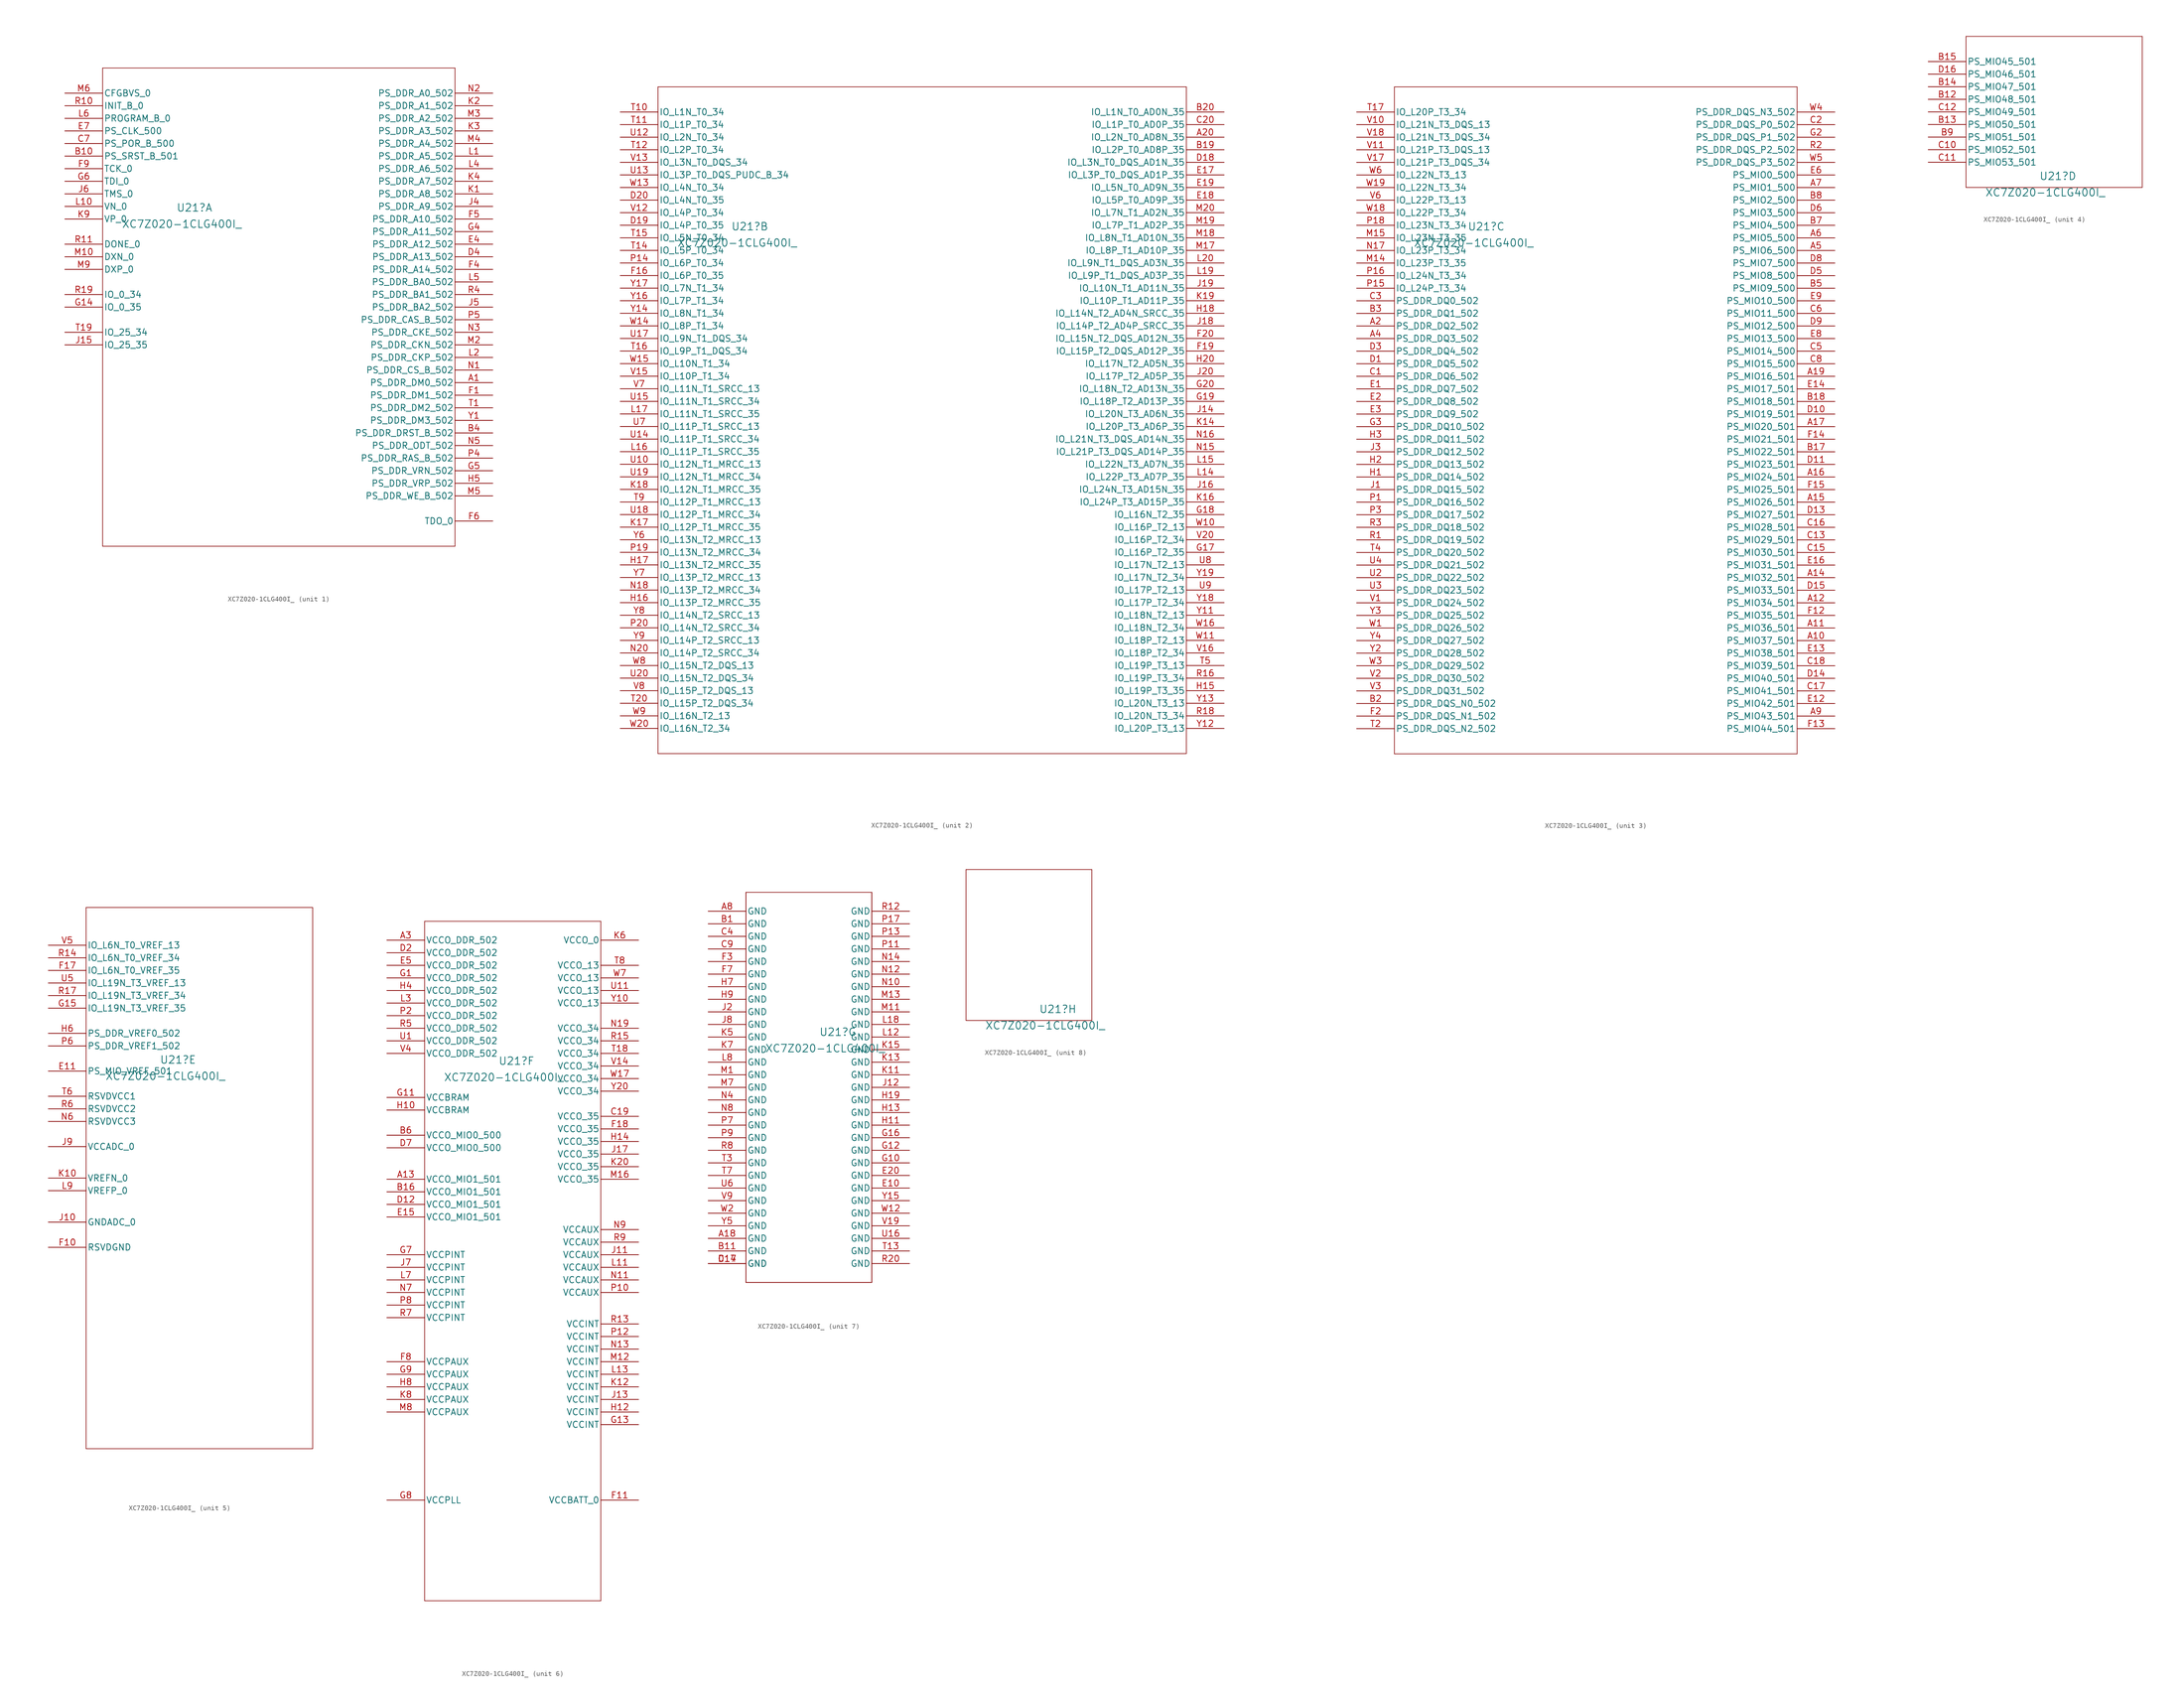
<source format=kicad_sym>
(kicad_symbol_lib
  (version 20231120)
  (generator "kicad_symbol_editor")
  (generator_version "8.0")
  (symbol "XC7Z020-1CLG400I_"
    (pin_names
      (offset 0.254))
    (property "Reference" "U21"
      (at 26.162 -23.114 0)
      (effects (font (size 1.524 1.524))))
    (property "Value" "XC7Z020-1CLG400I_"
      (at 23.622 -26.416 0)
      (effects (font (size 1.524 1.524))))
    (property "ki_locked" ""
      (at 0 0 0)
      (effects (font (size 1.27 1.27))))
    (symbol "XC7Z020-1CLG400I__1_1"
      (polyline (pts (xy 7.62 -91.44) (xy 78.74 -91.44)) (stroke (width 0.127) (type default)) (fill (type none)))
      (polyline (pts (xy 7.62 5.08) (xy 7.62 -91.44)) (stroke (width 0.127) (type default)) (fill (type none)))
      (polyline (pts (xy 78.74 -91.44) (xy 78.74 5.08)) (stroke (width 0.127) (type default)) (fill (type none)))
      (polyline (pts (xy 78.74 5.08) (xy 7.62 5.08)) (stroke (width 0.127) (type default)) (fill (type none)))
      (pin output line (at 86.36 -58.42 180) (length 7.62) (name "PS_DDR_DM0_502" (effects (font (size 1.27 1.27)))) (number "A1" (effects (font (size 1.27 1.27)))))
      (pin input line (at 0 -12.7 0) (length 7.62) (name "PS_SRST_B_501" (effects (font (size 1.27 1.27)))) (number "B10" (effects (font (size 1.27 1.27)))))
      (pin output line (at 86.36 -68.58 180) (length 7.62) (name "PS_DDR_DRST_B_502" (effects (font (size 1.27 1.27)))) (number "B4" (effects (font (size 1.27 1.27)))))
      (pin input line (at 0 -10.16 0) (length 7.62) (name "PS_POR_B_500" (effects (font (size 1.27 1.27)))) (number "C7" (effects (font (size 1.27 1.27)))))
      (pin output line (at 86.36 -33.02 180) (length 7.62) (name "PS_DDR_A13_502" (effects (font (size 1.27 1.27)))) (number "D4" (effects (font (size 1.27 1.27)))))
      (pin output line (at 86.36 -30.48 180) (length 7.62) (name "PS_DDR_A12_502" (effects (font (size 1.27 1.27)))) (number "E4" (effects (font (size 1.27 1.27)))))
      (pin input line (at 0 -7.62 0) (length 7.62) (name "PS_CLK_500" (effects (font (size 1.27 1.27)))) (number "E7" (effects (font (size 1.27 1.27)))))
      (pin output line (at 86.36 -60.96 180) (length 7.62) (name "PS_DDR_DM1_502" (effects (font (size 1.27 1.27)))) (number "F1" (effects (font (size 1.27 1.27)))))
      (pin output line (at 86.36 -35.56 180) (length 7.62) (name "PS_DDR_A14_502" (effects (font (size 1.27 1.27)))) (number "F4" (effects (font (size 1.27 1.27)))))
      (pin output line (at 86.36 -25.4 180) (length 7.62) (name "PS_DDR_A10_502" (effects (font (size 1.27 1.27)))) (number "F5" (effects (font (size 1.27 1.27)))))
      (pin output line (at 86.36 -86.36 180) (length 7.62) (name "TDO_0" (effects (font (size 1.27 1.27)))) (number "F6" (effects (font (size 1.27 1.27)))))
      (pin input line (at 0 -15.24 0) (length 7.62) (name "TCK_0" (effects (font (size 1.27 1.27)))) (number "F9" (effects (font (size 1.27 1.27)))))
      (pin bidirectional line (at 0 -43.18 0) (length 7.62) (name "IO_0_35" (effects (font (size 1.27 1.27)))) (number "G14" (effects (font (size 1.27 1.27)))))
      (pin output line (at 86.36 -27.94 180) (length 7.62) (name "PS_DDR_A11_502" (effects (font (size 1.27 1.27)))) (number "G4" (effects (font (size 1.27 1.27)))))
      (pin output line (at 86.36 -76.2 180) (length 7.62) (name "PS_DDR_VRN_502" (effects (font (size 1.27 1.27)))) (number "G5" (effects (font (size 1.27 1.27)))))
      (pin input line (at 0 -17.78 0) (length 7.62) (name "TDI_0" (effects (font (size 1.27 1.27)))) (number "G6" (effects (font (size 1.27 1.27)))))
      (pin output line (at 86.36 -78.74 180) (length 7.62) (name "PS_DDR_VRP_502" (effects (font (size 1.27 1.27)))) (number "H5" (effects (font (size 1.27 1.27)))))
      (pin bidirectional line (at 0 -50.8 0) (length 7.62) (name "IO_25_35" (effects (font (size 1.27 1.27)))) (number "J15" (effects (font (size 1.27 1.27)))))
      (pin output line (at 86.36 -22.86 180) (length 7.62) (name "PS_DDR_A9_502" (effects (font (size 1.27 1.27)))) (number "J4" (effects (font (size 1.27 1.27)))))
      (pin output line (at 86.36 -43.18 180) (length 7.62) (name "PS_DDR_BA2_502" (effects (font (size 1.27 1.27)))) (number "J5" (effects (font (size 1.27 1.27)))))
      (pin input line (at 0 -20.32 0) (length 7.62) (name "TMS_0" (effects (font (size 1.27 1.27)))) (number "J6" (effects (font (size 1.27 1.27)))))
      (pin output line (at 86.36 -20.32 180) (length 7.62) (name "PS_DDR_A8_502" (effects (font (size 1.27 1.27)))) (number "K1" (effects (font (size 1.27 1.27)))))
      (pin output line (at 86.36 -2.54 180) (length 7.62) (name "PS_DDR_A1_502" (effects (font (size 1.27 1.27)))) (number "K2" (effects (font (size 1.27 1.27)))))
      (pin output line (at 86.36 -7.62 180) (length 7.62) (name "PS_DDR_A3_502" (effects (font (size 1.27 1.27)))) (number "K3" (effects (font (size 1.27 1.27)))))
      (pin output line (at 86.36 -17.78 180) (length 7.62) (name "PS_DDR_A7_502" (effects (font (size 1.27 1.27)))) (number "K4" (effects (font (size 1.27 1.27)))))
      (pin input line (at 0 -25.4 0) (length 7.62) (name "VP_0" (effects (font (size 1.27 1.27)))) (number "K9" (effects (font (size 1.27 1.27)))))
      (pin output line (at 86.36 -12.7 180) (length 7.62) (name "PS_DDR_A5_502" (effects (font (size 1.27 1.27)))) (number "L1" (effects (font (size 1.27 1.27)))))
      (pin input line (at 0 -22.86 0) (length 7.62) (name "VN_0" (effects (font (size 1.27 1.27)))) (number "L10" (effects (font (size 1.27 1.27)))))
      (pin output line (at 86.36 -53.34 180) (length 7.62) (name "PS_DDR_CKP_502" (effects (font (size 1.27 1.27)))) (number "L2" (effects (font (size 1.27 1.27)))))
      (pin output line (at 86.36 -15.24 180) (length 7.62) (name "PS_DDR_A6_502" (effects (font (size 1.27 1.27)))) (number "L4" (effects (font (size 1.27 1.27)))))
      (pin output line (at 86.36 -38.1 180) (length 7.62) (name "PS_DDR_BA0_502" (effects (font (size 1.27 1.27)))) (number "L5" (effects (font (size 1.27 1.27)))))
      (pin input line (at 0 -5.08 0) (length 7.62) (name "PROGRAM_B_0" (effects (font (size 1.27 1.27)))) (number "L6" (effects (font (size 1.27 1.27)))))
      (pin unspecified line (at 0 -33.02 0) (length 7.62) (name "DXN_0" (effects (font (size 1.27 1.27)))) (number "M10" (effects (font (size 1.27 1.27)))))
      (pin output line (at 86.36 -50.8 180) (length 7.62) (name "PS_DDR_CKN_502" (effects (font (size 1.27 1.27)))) (number "M2" (effects (font (size 1.27 1.27)))))
      (pin output line (at 86.36 -5.08 180) (length 7.62) (name "PS_DDR_A2_502" (effects (font (size 1.27 1.27)))) (number "M3" (effects (font (size 1.27 1.27)))))
      (pin output line (at 86.36 -10.16 180) (length 7.62) (name "PS_DDR_A4_502" (effects (font (size 1.27 1.27)))) (number "M4" (effects (font (size 1.27 1.27)))))
      (pin output line (at 86.36 -81.28 180) (length 7.62) (name "PS_DDR_WE_B_502" (effects (font (size 1.27 1.27)))) (number "M5" (effects (font (size 1.27 1.27)))))
      (pin input line (at 0 0 0) (length 7.62) (name "CFGBVS_0" (effects (font (size 1.27 1.27)))) (number "M6" (effects (font (size 1.27 1.27)))))
      (pin unspecified line (at 0 -35.56 0) (length 7.62) (name "DXP_0" (effects (font (size 1.27 1.27)))) (number "M9" (effects (font (size 1.27 1.27)))))
      (pin output line (at 86.36 -55.88 180) (length 7.62) (name "PS_DDR_CS_B_502" (effects (font (size 1.27 1.27)))) (number "N1" (effects (font (size 1.27 1.27)))))
      (pin output line (at 86.36 0 180) (length 7.62) (name "PS_DDR_A0_502" (effects (font (size 1.27 1.27)))) (number "N2" (effects (font (size 1.27 1.27)))))
      (pin output line (at 86.36 -48.26 180) (length 7.62) (name "PS_DDR_CKE_502" (effects (font (size 1.27 1.27)))) (number "N3" (effects (font (size 1.27 1.27)))))
      (pin output line (at 86.36 -71.12 180) (length 7.62) (name "PS_DDR_ODT_502" (effects (font (size 1.27 1.27)))) (number "N5" (effects (font (size 1.27 1.27)))))
      (pin output line (at 86.36 -73.66 180) (length 7.62) (name "PS_DDR_RAS_B_502" (effects (font (size 1.27 1.27)))) (number "P4" (effects (font (size 1.27 1.27)))))
      (pin output line (at 86.36 -45.72 180) (length 7.62) (name "PS_DDR_CAS_B_502" (effects (font (size 1.27 1.27)))) (number "P5" (effects (font (size 1.27 1.27)))))
      (pin bidirectional line (at 0 -2.54 0) (length 7.62) (name "INIT_B_0" (effects (font (size 1.27 1.27)))) (number "R10" (effects (font (size 1.27 1.27)))))
      (pin bidirectional line (at 0 -30.48 0) (length 7.62) (name "DONE_0" (effects (font (size 1.27 1.27)))) (number "R11" (effects (font (size 1.27 1.27)))))
      (pin bidirectional line (at 0 -40.64 0) (length 7.62) (name "IO_0_34" (effects (font (size 1.27 1.27)))) (number "R19" (effects (font (size 1.27 1.27)))))
      (pin output line (at 86.36 -40.64 180) (length 7.62) (name "PS_DDR_BA1_502" (effects (font (size 1.27 1.27)))) (number "R4" (effects (font (size 1.27 1.27)))))
      (pin output line (at 86.36 -63.5 180) (length 7.62) (name "PS_DDR_DM2_502" (effects (font (size 1.27 1.27)))) (number "T1" (effects (font (size 1.27 1.27)))))
      (pin bidirectional line (at 0 -48.26 0) (length 7.62) (name "IO_25_34" (effects (font (size 1.27 1.27)))) (number "T19" (effects (font (size 1.27 1.27)))))
      (pin output line (at 86.36 -66.04 180) (length 7.62) (name "PS_DDR_DM3_502" (effects (font (size 1.27 1.27)))) (number "Y1" (effects (font (size 1.27 1.27))))))
    (symbol "XC7Z020-1CLG400I__2_1"
      (polyline (pts (xy 7.62 -129.54) (xy 114.3 -129.54)) (stroke (width 0.127) (type default)) (fill (type none)))
      (polyline (pts (xy 7.62 5.08) (xy 7.62 -129.54)) (stroke (width 0.127) (type default)) (fill (type none)))
      (polyline (pts (xy 114.3 -129.54) (xy 114.3 5.08)) (stroke (width 0.127) (type default)) (fill (type none)))
      (polyline (pts (xy 114.3 5.08) (xy 7.62 5.08)) (stroke (width 0.127) (type default)) (fill (type none)))
      (pin bidirectional line (at 121.92 -5.08 180) (length 7.62) (name "IO_L2N_T0_AD8N_35" (effects (font (size 1.27 1.27)))) (number "A20" (effects (font (size 1.27 1.27)))))
      (pin bidirectional line (at 121.92 -7.62 180) (length 7.62) (name "IO_L2P_T0_AD8P_35" (effects (font (size 1.27 1.27)))) (number "B19" (effects (font (size 1.27 1.27)))))
      (pin bidirectional line (at 121.92 0 180) (length 7.62) (name "IO_L1N_T0_AD0N_35" (effects (font (size 1.27 1.27)))) (number "B20" (effects (font (size 1.27 1.27)))))
      (pin bidirectional line (at 121.92 -2.54 180) (length 7.62) (name "IO_L1P_T0_AD0P_35" (effects (font (size 1.27 1.27)))) (number "C20" (effects (font (size 1.27 1.27)))))
      (pin bidirectional line (at 121.92 -10.16 180) (length 7.62) (name "IO_L3N_T0_DQS_AD1N_35" (effects (font (size 1.27 1.27)))) (number "D18" (effects (font (size 1.27 1.27)))))
      (pin bidirectional line (at 0 -22.86 0) (length 7.62) (name "IO_L4P_T0_35" (effects (font (size 1.27 1.27)))) (number "D19" (effects (font (size 1.27 1.27)))))
      (pin bidirectional line (at 0 -17.78 0) (length 7.62) (name "IO_L4N_T0_35" (effects (font (size 1.27 1.27)))) (number "D20" (effects (font (size 1.27 1.27)))))
      (pin bidirectional line (at 121.92 -12.7 180) (length 7.62) (name "IO_L3P_T0_DQS_AD1P_35" (effects (font (size 1.27 1.27)))) (number "E17" (effects (font (size 1.27 1.27)))))
      (pin bidirectional line (at 121.92 -17.78 180) (length 7.62) (name "IO_L5P_T0_AD9P_35" (effects (font (size 1.27 1.27)))) (number "E18" (effects (font (size 1.27 1.27)))))
      (pin bidirectional line (at 121.92 -15.24 180) (length 7.62) (name "IO_L5N_T0_AD9N_35" (effects (font (size 1.27 1.27)))) (number "E19" (effects (font (size 1.27 1.27)))))
      (pin bidirectional line (at 0 -33.02 0) (length 7.62) (name "IO_L6P_T0_35" (effects (font (size 1.27 1.27)))) (number "F16" (effects (font (size 1.27 1.27)))))
      (pin bidirectional line (at 121.92 -48.26 180) (length 7.62) (name "IO_L15P_T2_DQS_AD12P_35" (effects (font (size 1.27 1.27)))) (number "F19" (effects (font (size 1.27 1.27)))))
      (pin bidirectional line (at 121.92 -45.72 180) (length 7.62) (name "IO_L15N_T2_DQS_AD12N_35" (effects (font (size 1.27 1.27)))) (number "F20" (effects (font (size 1.27 1.27)))))
      (pin bidirectional line (at 121.92 -88.9 180) (length 7.62) (name "IO_L16P_T2_35" (effects (font (size 1.27 1.27)))) (number "G17" (effects (font (size 1.27 1.27)))))
      (pin bidirectional line (at 121.92 -81.28 180) (length 7.62) (name "IO_L16N_T2_35" (effects (font (size 1.27 1.27)))) (number "G18" (effects (font (size 1.27 1.27)))))
      (pin bidirectional line (at 121.92 -58.42 180) (length 7.62) (name "IO_L18P_T2_AD13P_35" (effects (font (size 1.27 1.27)))) (number "G19" (effects (font (size 1.27 1.27)))))
      (pin bidirectional line (at 121.92 -55.88 180) (length 7.62) (name "IO_L18N_T2_AD13N_35" (effects (font (size 1.27 1.27)))) (number "G20" (effects (font (size 1.27 1.27)))))
      (pin bidirectional line (at 121.92 -116.84 180) (length 7.62) (name "IO_L19P_T3_35" (effects (font (size 1.27 1.27)))) (number "H15" (effects (font (size 1.27 1.27)))))
      (pin bidirectional line (at 0 -99.06 0) (length 7.62) (name "IO_L13P_T2_MRCC_35" (effects (font (size 1.27 1.27)))) (number "H16" (effects (font (size 1.27 1.27)))))
      (pin bidirectional line (at 0 -91.44 0) (length 7.62) (name "IO_L13N_T2_MRCC_35" (effects (font (size 1.27 1.27)))) (number "H17" (effects (font (size 1.27 1.27)))))
      (pin bidirectional line (at 121.92 -40.64 180) (length 7.62) (name "IO_L14N_T2_AD4N_SRCC_35" (effects (font (size 1.27 1.27)))) (number "H18" (effects (font (size 1.27 1.27)))))
      (pin bidirectional line (at 121.92 -50.8 180) (length 7.62) (name "IO_L17N_T2_AD5N_35" (effects (font (size 1.27 1.27)))) (number "H20" (effects (font (size 1.27 1.27)))))
      (pin bidirectional line (at 121.92 -60.96 180) (length 7.62) (name "IO_L20N_T3_AD6N_35" (effects (font (size 1.27 1.27)))) (number "J14" (effects (font (size 1.27 1.27)))))
      (pin bidirectional line (at 121.92 -76.2 180) (length 7.62) (name "IO_L24N_T3_AD15N_35" (effects (font (size 1.27 1.27)))) (number "J16" (effects (font (size 1.27 1.27)))))
      (pin bidirectional line (at 121.92 -43.18 180) (length 7.62) (name "IO_L14P_T2_AD4P_SRCC_35" (effects (font (size 1.27 1.27)))) (number "J18" (effects (font (size 1.27 1.27)))))
      (pin bidirectional line (at 121.92 -35.56 180) (length 7.62) (name "IO_L10N_T1_AD11N_35" (effects (font (size 1.27 1.27)))) (number "J19" (effects (font (size 1.27 1.27)))))
      (pin bidirectional line (at 121.92 -53.34 180) (length 7.62) (name "IO_L17P_T2_AD5P_35" (effects (font (size 1.27 1.27)))) (number "J20" (effects (font (size 1.27 1.27)))))
      (pin bidirectional line (at 121.92 -63.5 180) (length 7.62) (name "IO_L20P_T3_AD6P_35" (effects (font (size 1.27 1.27)))) (number "K14" (effects (font (size 1.27 1.27)))))
      (pin bidirectional line (at 121.92 -78.74 180) (length 7.62) (name "IO_L24P_T3_AD15P_35" (effects (font (size 1.27 1.27)))) (number "K16" (effects (font (size 1.27 1.27)))))
      (pin bidirectional line (at 0 -83.82 0) (length 7.62) (name "IO_L12P_T1_MRCC_35" (effects (font (size 1.27 1.27)))) (number "K17" (effects (font (size 1.27 1.27)))))
      (pin bidirectional line (at 0 -76.2 0) (length 7.62) (name "IO_L12N_T1_MRCC_35" (effects (font (size 1.27 1.27)))) (number "K18" (effects (font (size 1.27 1.27)))))
      (pin bidirectional line (at 121.92 -38.1 180) (length 7.62) (name "IO_L10P_T1_AD11P_35" (effects (font (size 1.27 1.27)))) (number "K19" (effects (font (size 1.27 1.27)))))
      (pin bidirectional line (at 121.92 -73.66 180) (length 7.62) (name "IO_L22P_T3_AD7P_35" (effects (font (size 1.27 1.27)))) (number "L14" (effects (font (size 1.27 1.27)))))
      (pin bidirectional line (at 121.92 -71.12 180) (length 7.62) (name "IO_L22N_T3_AD7N_35" (effects (font (size 1.27 1.27)))) (number "L15" (effects (font (size 1.27 1.27)))))
      (pin bidirectional line (at 0 -68.58 0) (length 7.62) (name "IO_L11P_T1_SRCC_35" (effects (font (size 1.27 1.27)))) (number "L16" (effects (font (size 1.27 1.27)))))
      (pin bidirectional line (at 0 -60.96 0) (length 7.62) (name "IO_L11N_T1_SRCC_35" (effects (font (size 1.27 1.27)))) (number "L17" (effects (font (size 1.27 1.27)))))
      (pin bidirectional line (at 121.92 -33.02 180) (length 7.62) (name "IO_L9P_T1_DQS_AD3P_35" (effects (font (size 1.27 1.27)))) (number "L19" (effects (font (size 1.27 1.27)))))
      (pin bidirectional line (at 121.92 -30.48 180) (length 7.62) (name "IO_L9N_T1_DQS_AD3N_35" (effects (font (size 1.27 1.27)))) (number "L20" (effects (font (size 1.27 1.27)))))
      (pin bidirectional line (at 121.92 -27.94 180) (length 7.62) (name "IO_L8P_T1_AD10P_35" (effects (font (size 1.27 1.27)))) (number "M17" (effects (font (size 1.27 1.27)))))
      (pin bidirectional line (at 121.92 -25.4 180) (length 7.62) (name "IO_L8N_T1_AD10N_35" (effects (font (size 1.27 1.27)))) (number "M18" (effects (font (size 1.27 1.27)))))
      (pin bidirectional line (at 121.92 -22.86 180) (length 7.62) (name "IO_L7P_T1_AD2P_35" (effects (font (size 1.27 1.27)))) (number "M19" (effects (font (size 1.27 1.27)))))
      (pin bidirectional line (at 121.92 -20.32 180) (length 7.62) (name "IO_L7N_T1_AD2N_35" (effects (font (size 1.27 1.27)))) (number "M20" (effects (font (size 1.27 1.27)))))
      (pin bidirectional line (at 121.92 -68.58 180) (length 7.62) (name "IO_L21P_T3_DQS_AD14P_35" (effects (font (size 1.27 1.27)))) (number "N15" (effects (font (size 1.27 1.27)))))
      (pin bidirectional line (at 121.92 -66.04 180) (length 7.62) (name "IO_L21N_T3_DQS_AD14N_35" (effects (font (size 1.27 1.27)))) (number "N16" (effects (font (size 1.27 1.27)))))
      (pin bidirectional line (at 0 -96.52 0) (length 7.62) (name "IO_L13P_T2_MRCC_34" (effects (font (size 1.27 1.27)))) (number "N18" (effects (font (size 1.27 1.27)))))
      (pin bidirectional line (at 0 -109.22 0) (length 7.62) (name "IO_L14P_T2_SRCC_34" (effects (font (size 1.27 1.27)))) (number "N20" (effects (font (size 1.27 1.27)))))
      (pin bidirectional line (at 0 -30.48 0) (length 7.62) (name "IO_L6P_T0_34" (effects (font (size 1.27 1.27)))) (number "P14" (effects (font (size 1.27 1.27)))))
      (pin bidirectional line (at 0 -88.9 0) (length 7.62) (name "IO_L13N_T2_MRCC_34" (effects (font (size 1.27 1.27)))) (number "P19" (effects (font (size 1.27 1.27)))))
      (pin bidirectional line (at 0 -104.14 0) (length 7.62) (name "IO_L14N_T2_SRCC_34" (effects (font (size 1.27 1.27)))) (number "P20" (effects (font (size 1.27 1.27)))))
      (pin bidirectional line (at 121.92 -114.3 180) (length 7.62) (name "IO_L19P_T3_34" (effects (font (size 1.27 1.27)))) (number "R16" (effects (font (size 1.27 1.27)))))
      (pin bidirectional line (at 121.92 -121.92 180) (length 7.62) (name "IO_L20N_T3_34" (effects (font (size 1.27 1.27)))) (number "R18" (effects (font (size 1.27 1.27)))))
      (pin bidirectional line (at 0 0 0) (length 7.62) (name "IO_L1N_T0_34" (effects (font (size 1.27 1.27)))) (number "T10" (effects (font (size 1.27 1.27)))))
      (pin bidirectional line (at 0 -2.54 0) (length 7.62) (name "IO_L1P_T0_34" (effects (font (size 1.27 1.27)))) (number "T11" (effects (font (size 1.27 1.27)))))
      (pin bidirectional line (at 0 -7.62 0) (length 7.62) (name "IO_L2P_T0_34" (effects (font (size 1.27 1.27)))) (number "T12" (effects (font (size 1.27 1.27)))))
      (pin bidirectional line (at 0 -27.94 0) (length 7.62) (name "IO_L5P_T0_34" (effects (font (size 1.27 1.27)))) (number "T14" (effects (font (size 1.27 1.27)))))
      (pin bidirectional line (at 0 -25.4 0) (length 7.62) (name "IO_L5N_T0_34" (effects (font (size 1.27 1.27)))) (number "T15" (effects (font (size 1.27 1.27)))))
      (pin bidirectional line (at 0 -48.26 0) (length 7.62) (name "IO_L9P_T1_DQS_34" (effects (font (size 1.27 1.27)))) (number "T16" (effects (font (size 1.27 1.27)))))
      (pin bidirectional line (at 0 -119.38 0) (length 7.62) (name "IO_L15P_T2_DQS_34" (effects (font (size 1.27 1.27)))) (number "T20" (effects (font (size 1.27 1.27)))))
      (pin bidirectional line (at 121.92 -111.76 180) (length 7.62) (name "IO_L19P_T3_13" (effects (font (size 1.27 1.27)))) (number "T5" (effects (font (size 1.27 1.27)))))
      (pin bidirectional line (at 0 -78.74 0) (length 7.62) (name "IO_L12P_T1_MRCC_13" (effects (font (size 1.27 1.27)))) (number "T9" (effects (font (size 1.27 1.27)))))
      (pin bidirectional line (at 0 -71.12 0) (length 7.62) (name "IO_L12N_T1_MRCC_13" (effects (font (size 1.27 1.27)))) (number "U10" (effects (font (size 1.27 1.27)))))
      (pin bidirectional line (at 0 -5.08 0) (length 7.62) (name "IO_L2N_T0_34" (effects (font (size 1.27 1.27)))) (number "U12" (effects (font (size 1.27 1.27)))))
      (pin bidirectional line (at 0 -12.7 0) (length 7.62) (name "IO_L3P_T0_DQS_PUDC_B_34" (effects (font (size 1.27 1.27)))) (number "U13" (effects (font (size 1.27 1.27)))))
      (pin bidirectional line (at 0 -66.04 0) (length 7.62) (name "IO_L11P_T1_SRCC_34" (effects (font (size 1.27 1.27)))) (number "U14" (effects (font (size 1.27 1.27)))))
      (pin bidirectional line (at 0 -58.42 0) (length 7.62) (name "IO_L11N_T1_SRCC_34" (effects (font (size 1.27 1.27)))) (number "U15" (effects (font (size 1.27 1.27)))))
      (pin bidirectional line (at 0 -45.72 0) (length 7.62) (name "IO_L9N_T1_DQS_34" (effects (font (size 1.27 1.27)))) (number "U17" (effects (font (size 1.27 1.27)))))
      (pin bidirectional line (at 0 -81.28 0) (length 7.62) (name "IO_L12P_T1_MRCC_34" (effects (font (size 1.27 1.27)))) (number "U18" (effects (font (size 1.27 1.27)))))
      (pin bidirectional line (at 0 -73.66 0) (length 7.62) (name "IO_L12N_T1_MRCC_34" (effects (font (size 1.27 1.27)))) (number "U19" (effects (font (size 1.27 1.27)))))
      (pin bidirectional line (at 0 -114.3 0) (length 7.62) (name "IO_L15N_T2_DQS_34" (effects (font (size 1.27 1.27)))) (number "U20" (effects (font (size 1.27 1.27)))))
      (pin bidirectional line (at 0 -63.5 0) (length 7.62) (name "IO_L11P_T1_SRCC_13" (effects (font (size 1.27 1.27)))) (number "U7" (effects (font (size 1.27 1.27)))))
      (pin bidirectional line (at 121.92 -91.44 180) (length 7.62) (name "IO_L17N_T2_13" (effects (font (size 1.27 1.27)))) (number "U8" (effects (font (size 1.27 1.27)))))
      (pin bidirectional line (at 121.92 -96.52 180) (length 7.62) (name "IO_L17P_T2_13" (effects (font (size 1.27 1.27)))) (number "U9" (effects (font (size 1.27 1.27)))))
      (pin bidirectional line (at 0 -20.32 0) (length 7.62) (name "IO_L4P_T0_34" (effects (font (size 1.27 1.27)))) (number "V12" (effects (font (size 1.27 1.27)))))
      (pin bidirectional line (at 0 -10.16 0) (length 7.62) (name "IO_L3N_T0_DQS_34" (effects (font (size 1.27 1.27)))) (number "V13" (effects (font (size 1.27 1.27)))))
      (pin bidirectional line (at 0 -53.34 0) (length 7.62) (name "IO_L10P_T1_34" (effects (font (size 1.27 1.27)))) (number "V15" (effects (font (size 1.27 1.27)))))
      (pin bidirectional line (at 121.92 -109.22 180) (length 7.62) (name "IO_L18P_T2_34" (effects (font (size 1.27 1.27)))) (number "V16" (effects (font (size 1.27 1.27)))))
      (pin bidirectional line (at 121.92 -86.36 180) (length 7.62) (name "IO_L16P_T2_34" (effects (font (size 1.27 1.27)))) (number "V20" (effects (font (size 1.27 1.27)))))
      (pin bidirectional line (at 0 -55.88 0) (length 7.62) (name "IO_L11N_T1_SRCC_13" (effects (font (size 1.27 1.27)))) (number "V7" (effects (font (size 1.27 1.27)))))
      (pin bidirectional line (at 0 -116.84 0) (length 7.62) (name "IO_L15P_T2_DQS_13" (effects (font (size 1.27 1.27)))) (number "V8" (effects (font (size 1.27 1.27)))))
      (pin bidirectional line (at 121.92 -83.82 180) (length 7.62) (name "IO_L16P_T2_13" (effects (font (size 1.27 1.27)))) (number "W10" (effects (font (size 1.27 1.27)))))
      (pin bidirectional line (at 121.92 -106.68 180) (length 7.62) (name "IO_L18P_T2_13" (effects (font (size 1.27 1.27)))) (number "W11" (effects (font (size 1.27 1.27)))))
      (pin bidirectional line (at 0 -15.24 0) (length 7.62) (name "IO_L4N_T0_34" (effects (font (size 1.27 1.27)))) (number "W13" (effects (font (size 1.27 1.27)))))
      (pin bidirectional line (at 0 -43.18 0) (length 7.62) (name "IO_L8P_T1_34" (effects (font (size 1.27 1.27)))) (number "W14" (effects (font (size 1.27 1.27)))))
      (pin bidirectional line (at 0 -50.8 0) (length 7.62) (name "IO_L10N_T1_34" (effects (font (size 1.27 1.27)))) (number "W15" (effects (font (size 1.27 1.27)))))
      (pin bidirectional line (at 121.92 -104.14 180) (length 7.62) (name "IO_L18N_T2_34" (effects (font (size 1.27 1.27)))) (number "W16" (effects (font (size 1.27 1.27)))))
      (pin bidirectional line (at 0 -124.46 0) (length 7.62) (name "IO_L16N_T2_34" (effects (font (size 1.27 1.27)))) (number "W20" (effects (font (size 1.27 1.27)))))
      (pin bidirectional line (at 0 -111.76 0) (length 7.62) (name "IO_L15N_T2_DQS_13" (effects (font (size 1.27 1.27)))) (number "W8" (effects (font (size 1.27 1.27)))))
      (pin bidirectional line (at 0 -121.92 0) (length 7.62) (name "IO_L16N_T2_13" (effects (font (size 1.27 1.27)))) (number "W9" (effects (font (size 1.27 1.27)))))
      (pin bidirectional line (at 121.92 -101.6 180) (length 7.62) (name "IO_L18N_T2_13" (effects (font (size 1.27 1.27)))) (number "Y11" (effects (font (size 1.27 1.27)))))
      (pin bidirectional line (at 121.92 -124.46 180) (length 7.62) (name "IO_L20P_T3_13" (effects (font (size 1.27 1.27)))) (number "Y12" (effects (font (size 1.27 1.27)))))
      (pin bidirectional line (at 121.92 -119.38 180) (length 7.62) (name "IO_L20N_T3_13" (effects (font (size 1.27 1.27)))) (number "Y13" (effects (font (size 1.27 1.27)))))
      (pin bidirectional line (at 0 -40.64 0) (length 7.62) (name "IO_L8N_T1_34" (effects (font (size 1.27 1.27)))) (number "Y14" (effects (font (size 1.27 1.27)))))
      (pin bidirectional line (at 0 -38.1 0) (length 7.62) (name "IO_L7P_T1_34" (effects (font (size 1.27 1.27)))) (number "Y16" (effects (font (size 1.27 1.27)))))
      (pin bidirectional line (at 0 -35.56 0) (length 7.62) (name "IO_L7N_T1_34" (effects (font (size 1.27 1.27)))) (number "Y17" (effects (font (size 1.27 1.27)))))
      (pin bidirectional line (at 121.92 -99.06 180) (length 7.62) (name "IO_L17P_T2_34" (effects (font (size 1.27 1.27)))) (number "Y18" (effects (font (size 1.27 1.27)))))
      (pin bidirectional line (at 121.92 -93.98 180) (length 7.62) (name "IO_L17N_T2_34" (effects (font (size 1.27 1.27)))) (number "Y19" (effects (font (size 1.27 1.27)))))
      (pin bidirectional line (at 0 -86.36 0) (length 7.62) (name "IO_L13N_T2_MRCC_13" (effects (font (size 1.27 1.27)))) (number "Y6" (effects (font (size 1.27 1.27)))))
      (pin bidirectional line (at 0 -93.98 0) (length 7.62) (name "IO_L13P_T2_MRCC_13" (effects (font (size 1.27 1.27)))) (number "Y7" (effects (font (size 1.27 1.27)))))
      (pin bidirectional line (at 0 -101.6 0) (length 7.62) (name "IO_L14N_T2_SRCC_13" (effects (font (size 1.27 1.27)))) (number "Y8" (effects (font (size 1.27 1.27)))))
      (pin bidirectional line (at 0 -106.68 0) (length 7.62) (name "IO_L14P_T2_SRCC_13" (effects (font (size 1.27 1.27)))) (number "Y9" (effects (font (size 1.27 1.27))))))
    (symbol "XC7Z020-1CLG400I__3_1"
      (polyline (pts (xy 7.62 -129.54) (xy 88.9 -129.54)) (stroke (width 0.127) (type default)) (fill (type none)))
      (polyline (pts (xy 7.62 5.08) (xy 7.62 -129.54)) (stroke (width 0.127) (type default)) (fill (type none)))
      (polyline (pts (xy 88.9 -129.54) (xy 88.9 5.08)) (stroke (width 0.127) (type default)) (fill (type none)))
      (polyline (pts (xy 88.9 5.08) (xy 7.62 5.08)) (stroke (width 0.127) (type default)) (fill (type none)))
      (pin bidirectional line (at 96.52 -106.68 180) (length 7.62) (name "PS_MIO37_501" (effects (font (size 1.27 1.27)))) (number "A10" (effects (font (size 1.27 1.27)))))
      (pin bidirectional line (at 96.52 -104.14 180) (length 7.62) (name "PS_MIO36_501" (effects (font (size 1.27 1.27)))) (number "A11" (effects (font (size 1.27 1.27)))))
      (pin bidirectional line (at 96.52 -99.06 180) (length 7.62) (name "PS_MIO34_501" (effects (font (size 1.27 1.27)))) (number "A12" (effects (font (size 1.27 1.27)))))
      (pin bidirectional line (at 96.52 -93.98 180) (length 7.62) (name "PS_MIO32_501" (effects (font (size 1.27 1.27)))) (number "A14" (effects (font (size 1.27 1.27)))))
      (pin bidirectional line (at 96.52 -78.74 180) (length 7.62) (name "PS_MIO26_501" (effects (font (size 1.27 1.27)))) (number "A15" (effects (font (size 1.27 1.27)))))
      (pin bidirectional line (at 96.52 -73.66 180) (length 7.62) (name "PS_MIO24_501" (effects (font (size 1.27 1.27)))) (number "A16" (effects (font (size 1.27 1.27)))))
      (pin bidirectional line (at 96.52 -63.5 180) (length 7.62) (name "PS_MIO20_501" (effects (font (size 1.27 1.27)))) (number "A17" (effects (font (size 1.27 1.27)))))
      (pin bidirectional line (at 96.52 -53.34 180) (length 7.62) (name "PS_MIO16_501" (effects (font (size 1.27 1.27)))) (number "A19" (effects (font (size 1.27 1.27)))))
      (pin bidirectional line (at 0 -43.18 0) (length 7.62) (name "PS_DDR_DQ2_502" (effects (font (size 1.27 1.27)))) (number "A2" (effects (font (size 1.27 1.27)))))
      (pin bidirectional line (at 0 -45.72 0) (length 7.62) (name "PS_DDR_DQ3_502" (effects (font (size 1.27 1.27)))) (number "A4" (effects (font (size 1.27 1.27)))))
      (pin bidirectional line (at 96.52 -27.94 180) (length 7.62) (name "PS_MIO6_500" (effects (font (size 1.27 1.27)))) (number "A5" (effects (font (size 1.27 1.27)))))
      (pin bidirectional line (at 96.52 -25.4 180) (length 7.62) (name "PS_MIO5_500" (effects (font (size 1.27 1.27)))) (number "A6" (effects (font (size 1.27 1.27)))))
      (pin bidirectional line (at 96.52 -15.24 180) (length 7.62) (name "PS_MIO1_500" (effects (font (size 1.27 1.27)))) (number "A7" (effects (font (size 1.27 1.27)))))
      (pin bidirectional line (at 96.52 -121.92 180) (length 7.62) (name "PS_MIO43_501" (effects (font (size 1.27 1.27)))) (number "A9" (effects (font (size 1.27 1.27)))))
      (pin bidirectional line (at 96.52 -68.58 180) (length 7.62) (name "PS_MIO22_501" (effects (font (size 1.27 1.27)))) (number "B17" (effects (font (size 1.27 1.27)))))
      (pin bidirectional line (at 96.52 -58.42 180) (length 7.62) (name "PS_MIO18_501" (effects (font (size 1.27 1.27)))) (number "B18" (effects (font (size 1.27 1.27)))))
      (pin bidirectional line (at 0 -119.38 0) (length 7.62) (name "PS_DDR_DQS_N0_502" (effects (font (size 1.27 1.27)))) (number "B2" (effects (font (size 1.27 1.27)))))
      (pin bidirectional line (at 0 -40.64 0) (length 7.62) (name "PS_DDR_DQ1_502" (effects (font (size 1.27 1.27)))) (number "B3" (effects (font (size 1.27 1.27)))))
      (pin bidirectional line (at 96.52 -35.56 180) (length 7.62) (name "PS_MIO9_500" (effects (font (size 1.27 1.27)))) (number "B5" (effects (font (size 1.27 1.27)))))
      (pin bidirectional line (at 96.52 -22.86 180) (length 7.62) (name "PS_MIO4_500" (effects (font (size 1.27 1.27)))) (number "B7" (effects (font (size 1.27 1.27)))))
      (pin bidirectional line (at 96.52 -17.78 180) (length 7.62) (name "PS_MIO2_500" (effects (font (size 1.27 1.27)))) (number "B8" (effects (font (size 1.27 1.27)))))
      (pin bidirectional line (at 0 -53.34 0) (length 7.62) (name "PS_DDR_DQ6_502" (effects (font (size 1.27 1.27)))) (number "C1" (effects (font (size 1.27 1.27)))))
      (pin bidirectional line (at 96.52 -86.36 180) (length 7.62) (name "PS_MIO29_501" (effects (font (size 1.27 1.27)))) (number "C13" (effects (font (size 1.27 1.27)))))
      (pin bidirectional line (at 96.52 -88.9 180) (length 7.62) (name "PS_MIO30_501" (effects (font (size 1.27 1.27)))) (number "C15" (effects (font (size 1.27 1.27)))))
      (pin bidirectional line (at 96.52 -83.82 180) (length 7.62) (name "PS_MIO28_501" (effects (font (size 1.27 1.27)))) (number "C16" (effects (font (size 1.27 1.27)))))
      (pin bidirectional line (at 96.52 -116.84 180) (length 7.62) (name "PS_MIO41_501" (effects (font (size 1.27 1.27)))) (number "C17" (effects (font (size 1.27 1.27)))))
      (pin bidirectional line (at 96.52 -111.76 180) (length 7.62) (name "PS_MIO39_501" (effects (font (size 1.27 1.27)))) (number "C18" (effects (font (size 1.27 1.27)))))
      (pin bidirectional line (at 96.52 -2.54 180) (length 7.62) (name "PS_DDR_DQS_P0_502" (effects (font (size 1.27 1.27)))) (number "C2" (effects (font (size 1.27 1.27)))))
      (pin bidirectional line (at 0 -38.1 0) (length 7.62) (name "PS_DDR_DQ0_502" (effects (font (size 1.27 1.27)))) (number "C3" (effects (font (size 1.27 1.27)))))
      (pin bidirectional line (at 96.52 -48.26 180) (length 7.62) (name "PS_MIO14_500" (effects (font (size 1.27 1.27)))) (number "C5" (effects (font (size 1.27 1.27)))))
      (pin bidirectional line (at 96.52 -40.64 180) (length 7.62) (name "PS_MIO11_500" (effects (font (size 1.27 1.27)))) (number "C6" (effects (font (size 1.27 1.27)))))
      (pin bidirectional line (at 96.52 -50.8 180) (length 7.62) (name "PS_MIO15_500" (effects (font (size 1.27 1.27)))) (number "C8" (effects (font (size 1.27 1.27)))))
      (pin bidirectional line (at 0 -50.8 0) (length 7.62) (name "PS_DDR_DQ5_502" (effects (font (size 1.27 1.27)))) (number "D1" (effects (font (size 1.27 1.27)))))
      (pin bidirectional line (at 96.52 -60.96 180) (length 7.62) (name "PS_MIO19_501" (effects (font (size 1.27 1.27)))) (number "D10" (effects (font (size 1.27 1.27)))))
      (pin bidirectional line (at 96.52 -71.12 180) (length 7.62) (name "PS_MIO23_501" (effects (font (size 1.27 1.27)))) (number "D11" (effects (font (size 1.27 1.27)))))
      (pin bidirectional line (at 96.52 -81.28 180) (length 7.62) (name "PS_MIO27_501" (effects (font (size 1.27 1.27)))) (number "D13" (effects (font (size 1.27 1.27)))))
      (pin bidirectional line (at 96.52 -114.3 180) (length 7.62) (name "PS_MIO40_501" (effects (font (size 1.27 1.27)))) (number "D14" (effects (font (size 1.27 1.27)))))
      (pin bidirectional line (at 96.52 -96.52 180) (length 7.62) (name "PS_MIO33_501" (effects (font (size 1.27 1.27)))) (number "D15" (effects (font (size 1.27 1.27)))))
      (pin bidirectional line (at 0 -48.26 0) (length 7.62) (name "PS_DDR_DQ4_502" (effects (font (size 1.27 1.27)))) (number "D3" (effects (font (size 1.27 1.27)))))
      (pin bidirectional line (at 96.52 -33.02 180) (length 7.62) (name "PS_MIO8_500" (effects (font (size 1.27 1.27)))) (number "D5" (effects (font (size 1.27 1.27)))))
      (pin bidirectional line (at 96.52 -20.32 180) (length 7.62) (name "PS_MIO3_500" (effects (font (size 1.27 1.27)))) (number "D6" (effects (font (size 1.27 1.27)))))
      (pin bidirectional line (at 96.52 -30.48 180) (length 7.62) (name "PS_MIO7_500" (effects (font (size 1.27 1.27)))) (number "D8" (effects (font (size 1.27 1.27)))))
      (pin bidirectional line (at 96.52 -43.18 180) (length 7.62) (name "PS_MIO12_500" (effects (font (size 1.27 1.27)))) (number "D9" (effects (font (size 1.27 1.27)))))
      (pin bidirectional line (at 0 -55.88 0) (length 7.62) (name "PS_DDR_DQ7_502" (effects (font (size 1.27 1.27)))) (number "E1" (effects (font (size 1.27 1.27)))))
      (pin bidirectional line (at 96.52 -119.38 180) (length 7.62) (name "PS_MIO42_501" (effects (font (size 1.27 1.27)))) (number "E12" (effects (font (size 1.27 1.27)))))
      (pin bidirectional line (at 96.52 -109.22 180) (length 7.62) (name "PS_MIO38_501" (effects (font (size 1.27 1.27)))) (number "E13" (effects (font (size 1.27 1.27)))))
      (pin bidirectional line (at 96.52 -55.88 180) (length 7.62) (name "PS_MIO17_501" (effects (font (size 1.27 1.27)))) (number "E14" (effects (font (size 1.27 1.27)))))
      (pin bidirectional line (at 96.52 -91.44 180) (length 7.62) (name "PS_MIO31_501" (effects (font (size 1.27 1.27)))) (number "E16" (effects (font (size 1.27 1.27)))))
      (pin bidirectional line (at 0 -58.42 0) (length 7.62) (name "PS_DDR_DQ8_502" (effects (font (size 1.27 1.27)))) (number "E2" (effects (font (size 1.27 1.27)))))
      (pin bidirectional line (at 0 -60.96 0) (length 7.62) (name "PS_DDR_DQ9_502" (effects (font (size 1.27 1.27)))) (number "E3" (effects (font (size 1.27 1.27)))))
      (pin bidirectional line (at 96.52 -12.7 180) (length 7.62) (name "PS_MIO0_500" (effects (font (size 1.27 1.27)))) (number "E6" (effects (font (size 1.27 1.27)))))
      (pin bidirectional line (at 96.52 -45.72 180) (length 7.62) (name "PS_MIO13_500" (effects (font (size 1.27 1.27)))) (number "E8" (effects (font (size 1.27 1.27)))))
      (pin bidirectional line (at 96.52 -38.1 180) (length 7.62) (name "PS_MIO10_500" (effects (font (size 1.27 1.27)))) (number "E9" (effects (font (size 1.27 1.27)))))
      (pin bidirectional line (at 96.52 -101.6 180) (length 7.62) (name "PS_MIO35_501" (effects (font (size 1.27 1.27)))) (number "F12" (effects (font (size 1.27 1.27)))))
      (pin bidirectional line (at 96.52 -124.46 180) (length 7.62) (name "PS_MIO44_501" (effects (font (size 1.27 1.27)))) (number "F13" (effects (font (size 1.27 1.27)))))
      (pin bidirectional line (at 96.52 -66.04 180) (length 7.62) (name "PS_MIO21_501" (effects (font (size 1.27 1.27)))) (number "F14" (effects (font (size 1.27 1.27)))))
      (pin bidirectional line (at 96.52 -76.2 180) (length 7.62) (name "PS_MIO25_501" (effects (font (size 1.27 1.27)))) (number "F15" (effects (font (size 1.27 1.27)))))
      (pin bidirectional line (at 0 -121.92 0) (length 7.62) (name "PS_DDR_DQS_N1_502" (effects (font (size 1.27 1.27)))) (number "F2" (effects (font (size 1.27 1.27)))))
      (pin bidirectional line (at 96.52 -5.08 180) (length 7.62) (name "PS_DDR_DQS_P1_502" (effects (font (size 1.27 1.27)))) (number "G2" (effects (font (size 1.27 1.27)))))
      (pin bidirectional line (at 0 -63.5 0) (length 7.62) (name "PS_DDR_DQ10_502" (effects (font (size 1.27 1.27)))) (number "G3" (effects (font (size 1.27 1.27)))))
      (pin bidirectional line (at 0 -73.66 0) (length 7.62) (name "PS_DDR_DQ14_502" (effects (font (size 1.27 1.27)))) (number "H1" (effects (font (size 1.27 1.27)))))
      (pin bidirectional line (at 0 -71.12 0) (length 7.62) (name "PS_DDR_DQ13_502" (effects (font (size 1.27 1.27)))) (number "H2" (effects (font (size 1.27 1.27)))))
      (pin bidirectional line (at 0 -66.04 0) (length 7.62) (name "PS_DDR_DQ11_502" (effects (font (size 1.27 1.27)))) (number "H3" (effects (font (size 1.27 1.27)))))
      (pin bidirectional line (at 0 -76.2 0) (length 7.62) (name "PS_DDR_DQ15_502" (effects (font (size 1.27 1.27)))) (number "J1" (effects (font (size 1.27 1.27)))))
      (pin bidirectional line (at 0 -68.58 0) (length 7.62) (name "PS_DDR_DQ12_502" (effects (font (size 1.27 1.27)))) (number "J3" (effects (font (size 1.27 1.27)))))
      (pin bidirectional line (at 0 -30.48 0) (length 7.62) (name "IO_L23P_T3_35" (effects (font (size 1.27 1.27)))) (number "M14" (effects (font (size 1.27 1.27)))))
      (pin bidirectional line (at 0 -25.4 0) (length 7.62) (name "IO_L23N_T3_35" (effects (font (size 1.27 1.27)))) (number "M15" (effects (font (size 1.27 1.27)))))
      (pin bidirectional line (at 0 -27.94 0) (length 7.62) (name "IO_L23P_T3_34" (effects (font (size 1.27 1.27)))) (number "N17" (effects (font (size 1.27 1.27)))))
      (pin bidirectional line (at 0 -78.74 0) (length 7.62) (name "PS_DDR_DQ16_502" (effects (font (size 1.27 1.27)))) (number "P1" (effects (font (size 1.27 1.27)))))
      (pin bidirectional line (at 0 -35.56 0) (length 7.62) (name "IO_L24P_T3_34" (effects (font (size 1.27 1.27)))) (number "P15" (effects (font (size 1.27 1.27)))))
      (pin bidirectional line (at 0 -33.02 0) (length 7.62) (name "IO_L24N_T3_34" (effects (font (size 1.27 1.27)))) (number "P16" (effects (font (size 1.27 1.27)))))
      (pin bidirectional line (at 0 -22.86 0) (length 7.62) (name "IO_L23N_T3_34" (effects (font (size 1.27 1.27)))) (number "P18" (effects (font (size 1.27 1.27)))))
      (pin bidirectional line (at 0 -81.28 0) (length 7.62) (name "PS_DDR_DQ17_502" (effects (font (size 1.27 1.27)))) (number "P3" (effects (font (size 1.27 1.27)))))
      (pin bidirectional line (at 0 -86.36 0) (length 7.62) (name "PS_DDR_DQ19_502" (effects (font (size 1.27 1.27)))) (number "R1" (effects (font (size 1.27 1.27)))))
      (pin bidirectional line (at 96.52 -7.62 180) (length 7.62) (name "PS_DDR_DQS_P2_502" (effects (font (size 1.27 1.27)))) (number "R2" (effects (font (size 1.27 1.27)))))
      (pin bidirectional line (at 0 -83.82 0) (length 7.62) (name "PS_DDR_DQ18_502" (effects (font (size 1.27 1.27)))) (number "R3" (effects (font (size 1.27 1.27)))))
      (pin bidirectional line (at 0 0 0) (length 7.62) (name "IO_L20P_T3_34" (effects (font (size 1.27 1.27)))) (number "T17" (effects (font (size 1.27 1.27)))))
      (pin bidirectional line (at 0 -124.46 0) (length 7.62) (name "PS_DDR_DQS_N2_502" (effects (font (size 1.27 1.27)))) (number "T2" (effects (font (size 1.27 1.27)))))
      (pin bidirectional line (at 0 -88.9 0) (length 7.62) (name "PS_DDR_DQ20_502" (effects (font (size 1.27 1.27)))) (number "T4" (effects (font (size 1.27 1.27)))))
      (pin bidirectional line (at 0 -93.98 0) (length 7.62) (name "PS_DDR_DQ22_502" (effects (font (size 1.27 1.27)))) (number "U2" (effects (font (size 1.27 1.27)))))
      (pin bidirectional line (at 0 -96.52 0) (length 7.62) (name "PS_DDR_DQ23_502" (effects (font (size 1.27 1.27)))) (number "U3" (effects (font (size 1.27 1.27)))))
      (pin bidirectional line (at 0 -91.44 0) (length 7.62) (name "PS_DDR_DQ21_502" (effects (font (size 1.27 1.27)))) (number "U4" (effects (font (size 1.27 1.27)))))
      (pin bidirectional line (at 0 -99.06 0) (length 7.62) (name "PS_DDR_DQ24_502" (effects (font (size 1.27 1.27)))) (number "V1" (effects (font (size 1.27 1.27)))))
      (pin bidirectional line (at 0 -2.54 0) (length 7.62) (name "IO_L21N_T3_DQS_13" (effects (font (size 1.27 1.27)))) (number "V10" (effects (font (size 1.27 1.27)))))
      (pin bidirectional line (at 0 -7.62 0) (length 7.62) (name "IO_L21P_T3_DQS_13" (effects (font (size 1.27 1.27)))) (number "V11" (effects (font (size 1.27 1.27)))))
      (pin bidirectional line (at 0 -10.16 0) (length 7.62) (name "IO_L21P_T3_DQS_34" (effects (font (size 1.27 1.27)))) (number "V17" (effects (font (size 1.27 1.27)))))
      (pin bidirectional line (at 0 -5.08 0) (length 7.62) (name "IO_L21N_T3_DQS_34" (effects (font (size 1.27 1.27)))) (number "V18" (effects (font (size 1.27 1.27)))))
      (pin bidirectional line (at 0 -114.3 0) (length 7.62) (name "PS_DDR_DQ30_502" (effects (font (size 1.27 1.27)))) (number "V2" (effects (font (size 1.27 1.27)))))
      (pin bidirectional line (at 0 -116.84 0) (length 7.62) (name "PS_DDR_DQ31_502" (effects (font (size 1.27 1.27)))) (number "V3" (effects (font (size 1.27 1.27)))))
      (pin bidirectional line (at 0 -17.78 0) (length 7.62) (name "IO_L22P_T3_13" (effects (font (size 1.27 1.27)))) (number "V6" (effects (font (size 1.27 1.27)))))
      (pin bidirectional line (at 0 -104.14 0) (length 7.62) (name "PS_DDR_DQ26_502" (effects (font (size 1.27 1.27)))) (number "W1" (effects (font (size 1.27 1.27)))))
      (pin bidirectional line (at 0 -20.32 0) (length 7.62) (name "IO_L22P_T3_34" (effects (font (size 1.27 1.27)))) (number "W18" (effects (font (size 1.27 1.27)))))
      (pin bidirectional line (at 0 -15.24 0) (length 7.62) (name "IO_L22N_T3_34" (effects (font (size 1.27 1.27)))) (number "W19" (effects (font (size 1.27 1.27)))))
      (pin bidirectional line (at 0 -111.76 0) (length 7.62) (name "PS_DDR_DQ29_502" (effects (font (size 1.27 1.27)))) (number "W3" (effects (font (size 1.27 1.27)))))
      (pin bidirectional line (at 96.52 0 180) (length 7.62) (name "PS_DDR_DQS_N3_502" (effects (font (size 1.27 1.27)))) (number "W4" (effects (font (size 1.27 1.27)))))
      (pin bidirectional line (at 96.52 -10.16 180) (length 7.62) (name "PS_DDR_DQS_P3_502" (effects (font (size 1.27 1.27)))) (number "W5" (effects (font (size 1.27 1.27)))))
      (pin bidirectional line (at 0 -12.7 0) (length 7.62) (name "IO_L22N_T3_13" (effects (font (size 1.27 1.27)))) (number "W6" (effects (font (size 1.27 1.27)))))
      (pin bidirectional line (at 0 -109.22 0) (length 7.62) (name "PS_DDR_DQ28_502" (effects (font (size 1.27 1.27)))) (number "Y2" (effects (font (size 1.27 1.27)))))
      (pin bidirectional line (at 0 -101.6 0) (length 7.62) (name "PS_DDR_DQ25_502" (effects (font (size 1.27 1.27)))) (number "Y3" (effects (font (size 1.27 1.27)))))
      (pin bidirectional line (at 0 -106.68 0) (length 7.62) (name "PS_DDR_DQ27_502" (effects (font (size 1.27 1.27)))) (number "Y4" (effects (font (size 1.27 1.27))))))
    (symbol "XC7Z020-1CLG400I__4_1"
      (polyline (pts (xy 7.62 -25.4) (xy 43.18 -25.4)) (stroke (width 0.127) (type default)) (fill (type none)))
      (polyline (pts (xy 7.62 5.08) (xy 7.62 -25.4)) (stroke (width 0.127) (type default)) (fill (type none)))
      (polyline (pts (xy 43.18 -25.4) (xy 43.18 5.08)) (stroke (width 0.127) (type default)) (fill (type none)))
      (polyline (pts (xy 43.18 5.08) (xy 7.62 5.08)) (stroke (width 0.127) (type default)) (fill (type none)))
      (pin bidirectional line (at 0 -7.62 0) (length 7.62) (name "PS_MIO48_501" (effects (font (size 1.27 1.27)))) (number "B12" (effects (font (size 1.27 1.27)))))
      (pin bidirectional line (at 0 -12.7 0) (length 7.62) (name "PS_MIO50_501" (effects (font (size 1.27 1.27)))) (number "B13" (effects (font (size 1.27 1.27)))))
      (pin bidirectional line (at 0 -5.08 0) (length 7.62) (name "PS_MIO47_501" (effects (font (size 1.27 1.27)))) (number "B14" (effects (font (size 1.27 1.27)))))
      (pin bidirectional line (at 0 0 0) (length 7.62) (name "PS_MIO45_501" (effects (font (size 1.27 1.27)))) (number "B15" (effects (font (size 1.27 1.27)))))
      (pin bidirectional line (at 0 -15.24 0) (length 7.62) (name "PS_MIO51_501" (effects (font (size 1.27 1.27)))) (number "B9" (effects (font (size 1.27 1.27)))))
      (pin bidirectional line (at 0 -17.78 0) (length 7.62) (name "PS_MIO52_501" (effects (font (size 1.27 1.27)))) (number "C10" (effects (font (size 1.27 1.27)))))
      (pin bidirectional line (at 0 -20.32 0) (length 7.62) (name "PS_MIO53_501" (effects (font (size 1.27 1.27)))) (number "C11" (effects (font (size 1.27 1.27)))))
      (pin bidirectional line (at 0 -10.16 0) (length 7.62) (name "PS_MIO49_501" (effects (font (size 1.27 1.27)))) (number "C12" (effects (font (size 1.27 1.27)))))
      (pin bidirectional line (at 0 -2.54 0) (length 7.62) (name "PS_MIO46_501" (effects (font (size 1.27 1.27)))) (number "D16" (effects (font (size 1.27 1.27))))))
    (symbol "XC7Z020-1CLG400I__5_1"
      (polyline (pts (xy 7.62 -101.6) (xy 53.34 -101.6)) (stroke (width 0.127) (type default)) (fill (type none)))
      (polyline (pts (xy 7.62 7.62) (xy 7.62 -101.6)) (stroke (width 0.127) (type default)) (fill (type none)))
      (polyline (pts (xy 53.34 -101.6) (xy 53.34 7.62)) (stroke (width 0.127) (type default)) (fill (type none)))
      (polyline (pts (xy 53.34 7.62) (xy 7.62 7.62)) (stroke (width 0.127) (type default)) (fill (type none)))
      (pin power_in line (at 0 -25.4 0) (length 7.62) (name "PS_MIO_VREF_501" (effects (font (size 1.27 1.27)))) (number "E11" (effects (font (size 1.27 1.27)))))
      (pin power_out line (at 0 -60.96 0) (length 7.62) (name "RSVDGND" (effects (font (size 1.27 1.27)))) (number "F10" (effects (font (size 1.27 1.27)))))
      (pin bidirectional line (at 0 -5.08 0) (length 7.62) (name "IO_L6N_T0_VREF_35" (effects (font (size 1.27 1.27)))) (number "F17" (effects (font (size 1.27 1.27)))))
      (pin bidirectional line (at 0 -12.7 0) (length 7.62) (name "IO_L19N_T3_VREF_35" (effects (font (size 1.27 1.27)))) (number "G15" (effects (font (size 1.27 1.27)))))
      (pin power_in line (at 0 -17.78 0) (length 7.62) (name "PS_DDR_VREF0_502" (effects (font (size 1.27 1.27)))) (number "H6" (effects (font (size 1.27 1.27)))))
      (pin power_out line (at 0 -55.88 0) (length 7.62) (name "GNDADC_0" (effects (font (size 1.27 1.27)))) (number "J10" (effects (font (size 1.27 1.27)))))
      (pin power_in line (at 0 -40.64 0) (length 7.62) (name "VCCADC_0" (effects (font (size 1.27 1.27)))) (number "J9" (effects (font (size 1.27 1.27)))))
      (pin power_in line (at 0 -46.99 0) (length 7.62) (name "VREFN_0" (effects (font (size 1.27 1.27)))) (number "K10" (effects (font (size 1.27 1.27)))))
      (pin power_in line (at 0 -49.53 0) (length 7.62) (name "VREFP_0" (effects (font (size 1.27 1.27)))) (number "L9" (effects (font (size 1.27 1.27)))))
      (pin power_in line (at 0 -35.56 0) (length 7.62) (name "RSVDVCC3" (effects (font (size 1.27 1.27)))) (number "N6" (effects (font (size 1.27 1.27)))))
      (pin power_in line (at 0 -20.32 0) (length 7.62) (name "PS_DDR_VREF1_502" (effects (font (size 1.27 1.27)))) (number "P6" (effects (font (size 1.27 1.27)))))
      (pin bidirectional line (at 0 -2.54 0) (length 7.62) (name "IO_L6N_T0_VREF_34" (effects (font (size 1.27 1.27)))) (number "R14" (effects (font (size 1.27 1.27)))))
      (pin bidirectional line (at 0 -10.16 0) (length 7.62) (name "IO_L19N_T3_VREF_34" (effects (font (size 1.27 1.27)))) (number "R17" (effects (font (size 1.27 1.27)))))
      (pin power_in line (at 0 -33.02 0) (length 7.62) (name "RSVDVCC2" (effects (font (size 1.27 1.27)))) (number "R6" (effects (font (size 1.27 1.27)))))
      (pin power_in line (at 0 -30.48 0) (length 7.62) (name "RSVDVCC1" (effects (font (size 1.27 1.27)))) (number "T6" (effects (font (size 1.27 1.27)))))
      (pin bidirectional line (at 0 -7.62 0) (length 7.62) (name "IO_L19N_T3_VREF_13" (effects (font (size 1.27 1.27)))) (number "U5" (effects (font (size 1.27 1.27)))))
      (pin bidirectional line (at 0 0 0) (length 7.62) (name "IO_L6N_T0_VREF_13" (effects (font (size 1.27 1.27)))) (number "V5" (effects (font (size 1.27 1.27))))))
    (symbol "XC7Z020-1CLG400I__6_1"
      (polyline (pts (xy 7.62 -132.08) (xy 43.18 -132.08)) (stroke (width 0.127) (type default)) (fill (type none)))
      (polyline (pts (xy 7.62 5.08) (xy 7.62 -132.08)) (stroke (width 0.127) (type default)) (fill (type none)))
      (polyline (pts (xy 43.18 -132.08) (xy 43.18 5.08)) (stroke (width 0.127) (type default)) (fill (type none)))
      (polyline (pts (xy 43.18 5.08) (xy 7.62 5.08)) (stroke (width 0.127) (type default)) (fill (type none)))
      (pin power_in line (at 0 -46.99 0) (length 7.62) (name "VCCO_MIO1_501" (effects (font (size 1.27 1.27)))) (number "A13" (effects (font (size 1.27 1.27)))))
      (pin power_in line (at 0 1.27 0) (length 7.62) (name "VCCO_DDR_502" (effects (font (size 1.27 1.27)))) (number "A3" (effects (font (size 1.27 1.27)))))
      (pin power_in line (at 0 -49.53 0) (length 7.62) (name "VCCO_MIO1_501" (effects (font (size 1.27 1.27)))) (number "B16" (effects (font (size 1.27 1.27)))))
      (pin power_in line (at 0 -38.1 0) (length 7.62) (name "VCCO_MIO0_500" (effects (font (size 1.27 1.27)))) (number "B6" (effects (font (size 1.27 1.27)))))
      (pin power_in line (at 50.8 -34.29 180) (length 7.62) (name "VCCO_35" (effects (font (size 1.27 1.27)))) (number "C19" (effects (font (size 1.27 1.27)))))
      (pin power_in line (at 0 -52.07 0) (length 7.62) (name "VCCO_MIO1_501" (effects (font (size 1.27 1.27)))) (number "D12" (effects (font (size 1.27 1.27)))))
      (pin power_in line (at 0 -1.27 0) (length 7.62) (name "VCCO_DDR_502" (effects (font (size 1.27 1.27)))) (number "D2" (effects (font (size 1.27 1.27)))))
      (pin power_in line (at 0 -40.64 0) (length 7.62) (name "VCCO_MIO0_500" (effects (font (size 1.27 1.27)))) (number "D7" (effects (font (size 1.27 1.27)))))
      (pin power_in line (at 0 -54.61 0) (length 7.62) (name "VCCO_MIO1_501" (effects (font (size 1.27 1.27)))) (number "E15" (effects (font (size 1.27 1.27)))))
      (pin power_in line (at 0 -3.81 0) (length 7.62) (name "VCCO_DDR_502" (effects (font (size 1.27 1.27)))) (number "E5" (effects (font (size 1.27 1.27)))))
      (pin power_in line (at 50.8 -111.76 180) (length 7.62) (name "VCCBATT_0" (effects (font (size 1.27 1.27)))) (number "F11" (effects (font (size 1.27 1.27)))))
      (pin power_in line (at 50.8 -36.83 180) (length 7.62) (name "VCCO_35" (effects (font (size 1.27 1.27)))) (number "F18" (effects (font (size 1.27 1.27)))))
      (pin power_in line (at 0 -83.82 0) (length 7.62) (name "VCCPAUX" (effects (font (size 1.27 1.27)))) (number "F8" (effects (font (size 1.27 1.27)))))
      (pin power_in line (at 0 -6.35 0) (length 7.62) (name "VCCO_DDR_502" (effects (font (size 1.27 1.27)))) (number "G1" (effects (font (size 1.27 1.27)))))
      (pin power_in line (at 0 -30.48 0) (length 7.62) (name "VCCBRAM" (effects (font (size 1.27 1.27)))) (number "G11" (effects (font (size 1.27 1.27)))))
      (pin power_in line (at 50.8 -96.52 180) (length 7.62) (name "VCCINT" (effects (font (size 1.27 1.27)))) (number "G13" (effects (font (size 1.27 1.27)))))
      (pin power_in line (at 0 -62.23 0) (length 7.62) (name "VCCPINT" (effects (font (size 1.27 1.27)))) (number "G7" (effects (font (size 1.27 1.27)))))
      (pin power_in line (at 0 -111.76 0) (length 7.62) (name "VCCPLL" (effects (font (size 1.27 1.27)))) (number "G8" (effects (font (size 1.27 1.27)))))
      (pin power_in line (at 0 -86.36 0) (length 7.62) (name "VCCPAUX" (effects (font (size 1.27 1.27)))) (number "G9" (effects (font (size 1.27 1.27)))))
      (pin power_in line (at 0 -33.02 0) (length 7.62) (name "VCCBRAM" (effects (font (size 1.27 1.27)))) (number "H10" (effects (font (size 1.27 1.27)))))
      (pin power_in line (at 50.8 -93.98 180) (length 7.62) (name "VCCINT" (effects (font (size 1.27 1.27)))) (number "H12" (effects (font (size 1.27 1.27)))))
      (pin power_in line (at 50.8 -39.37 180) (length 7.62) (name "VCCO_35" (effects (font (size 1.27 1.27)))) (number "H14" (effects (font (size 1.27 1.27)))))
      (pin power_in line (at 0 -8.89 0) (length 7.62) (name "VCCO_DDR_502" (effects (font (size 1.27 1.27)))) (number "H4" (effects (font (size 1.27 1.27)))))
      (pin power_in line (at 0 -88.9 0) (length 7.62) (name "VCCPAUX" (effects (font (size 1.27 1.27)))) (number "H8" (effects (font (size 1.27 1.27)))))
      (pin power_in line (at 50.8 -62.23 180) (length 7.62) (name "VCCAUX" (effects (font (size 1.27 1.27)))) (number "J11" (effects (font (size 1.27 1.27)))))
      (pin power_in line (at 50.8 -91.44 180) (length 7.62) (name "VCCINT" (effects (font (size 1.27 1.27)))) (number "J13" (effects (font (size 1.27 1.27)))))
      (pin power_in line (at 50.8 -41.91 180) (length 7.62) (name "VCCO_35" (effects (font (size 1.27 1.27)))) (number "J17" (effects (font (size 1.27 1.27)))))
      (pin power_in line (at 0 -64.77 0) (length 7.62) (name "VCCPINT" (effects (font (size 1.27 1.27)))) (number "J7" (effects (font (size 1.27 1.27)))))
      (pin power_in line (at 50.8 -88.9 180) (length 7.62) (name "VCCINT" (effects (font (size 1.27 1.27)))) (number "K12" (effects (font (size 1.27 1.27)))))
      (pin power_in line (at 50.8 -44.45 180) (length 7.62) (name "VCCO_35" (effects (font (size 1.27 1.27)))) (number "K20" (effects (font (size 1.27 1.27)))))
      (pin power_in line (at 50.8 1.27 180) (length 7.62) (name "VCCO_0" (effects (font (size 1.27 1.27)))) (number "K6" (effects (font (size 1.27 1.27)))))
      (pin power_in line (at 0 -91.44 0) (length 7.62) (name "VCCPAUX" (effects (font (size 1.27 1.27)))) (number "K8" (effects (font (size 1.27 1.27)))))
      (pin power_in line (at 50.8 -64.77 180) (length 7.62) (name "VCCAUX" (effects (font (size 1.27 1.27)))) (number "L11" (effects (font (size 1.27 1.27)))))
      (pin power_in line (at 50.8 -86.36 180) (length 7.62) (name "VCCINT" (effects (font (size 1.27 1.27)))) (number "L13" (effects (font (size 1.27 1.27)))))
      (pin power_in line (at 0 -11.43 0) (length 7.62) (name "VCCO_DDR_502" (effects (font (size 1.27 1.27)))) (number "L3" (effects (font (size 1.27 1.27)))))
      (pin power_in line (at 0 -67.31 0) (length 7.62) (name "VCCPINT" (effects (font (size 1.27 1.27)))) (number "L7" (effects (font (size 1.27 1.27)))))
      (pin power_in line (at 50.8 -83.82 180) (length 7.62) (name "VCCINT" (effects (font (size 1.27 1.27)))) (number "M12" (effects (font (size 1.27 1.27)))))
      (pin power_in line (at 50.8 -46.99 180) (length 7.62) (name "VCCO_35" (effects (font (size 1.27 1.27)))) (number "M16" (effects (font (size 1.27 1.27)))))
      (pin power_in line (at 0 -93.98 0) (length 7.62) (name "VCCPAUX" (effects (font (size 1.27 1.27)))) (number "M8" (effects (font (size 1.27 1.27)))))
      (pin power_in line (at 50.8 -67.31 180) (length 7.62) (name "VCCAUX" (effects (font (size 1.27 1.27)))) (number "N11" (effects (font (size 1.27 1.27)))))
      (pin power_in line (at 50.8 -81.28 180) (length 7.62) (name "VCCINT" (effects (font (size 1.27 1.27)))) (number "N13" (effects (font (size 1.27 1.27)))))
      (pin power_in line (at 50.8 -16.51 180) (length 7.62) (name "VCCO_34" (effects (font (size 1.27 1.27)))) (number "N19" (effects (font (size 1.27 1.27)))))
      (pin power_in line (at 0 -69.85 0) (length 7.62) (name "VCCPINT" (effects (font (size 1.27 1.27)))) (number "N7" (effects (font (size 1.27 1.27)))))
      (pin power_in line (at 50.8 -57.15 180) (length 7.62) (name "VCCAUX" (effects (font (size 1.27 1.27)))) (number "N9" (effects (font (size 1.27 1.27)))))
      (pin power_in line (at 50.8 -69.85 180) (length 7.62) (name "VCCAUX" (effects (font (size 1.27 1.27)))) (number "P10" (effects (font (size 1.27 1.27)))))
      (pin power_in line (at 50.8 -78.74 180) (length 7.62) (name "VCCINT" (effects (font (size 1.27 1.27)))) (number "P12" (effects (font (size 1.27 1.27)))))
      (pin power_in line (at 0 -13.97 0) (length 7.62) (name "VCCO_DDR_502" (effects (font (size 1.27 1.27)))) (number "P2" (effects (font (size 1.27 1.27)))))
      (pin power_in line (at 0 -72.39 0) (length 7.62) (name "VCCPINT" (effects (font (size 1.27 1.27)))) (number "P8" (effects (font (size 1.27 1.27)))))
      (pin power_in line (at 50.8 -76.2 180) (length 7.62) (name "VCCINT" (effects (font (size 1.27 1.27)))) (number "R13" (effects (font (size 1.27 1.27)))))
      (pin power_in line (at 50.8 -19.05 180) (length 7.62) (name "VCCO_34" (effects (font (size 1.27 1.27)))) (number "R15" (effects (font (size 1.27 1.27)))))
      (pin power_in line (at 0 -16.51 0) (length 7.62) (name "VCCO_DDR_502" (effects (font (size 1.27 1.27)))) (number "R5" (effects (font (size 1.27 1.27)))))
      (pin power_in line (at 0 -74.93 0) (length 7.62) (name "VCCPINT" (effects (font (size 1.27 1.27)))) (number "R7" (effects (font (size 1.27 1.27)))))
      (pin power_in line (at 50.8 -59.69 180) (length 7.62) (name "VCCAUX" (effects (font (size 1.27 1.27)))) (number "R9" (effects (font (size 1.27 1.27)))))
      (pin power_in line (at 50.8 -21.59 180) (length 7.62) (name "VCCO_34" (effects (font (size 1.27 1.27)))) (number "T18" (effects (font (size 1.27 1.27)))))
      (pin power_in line (at 50.8 -3.81 180) (length 7.62) (name "VCCO_13" (effects (font (size 1.27 1.27)))) (number "T8" (effects (font (size 1.27 1.27)))))
      (pin power_in line (at 0 -19.05 0) (length 7.62) (name "VCCO_DDR_502" (effects (font (size 1.27 1.27)))) (number "U1" (effects (font (size 1.27 1.27)))))
      (pin power_in line (at 50.8 -8.89 180) (length 7.62) (name "VCCO_13" (effects (font (size 1.27 1.27)))) (number "U11" (effects (font (size 1.27 1.27)))))
      (pin power_in line (at 50.8 -24.13 180) (length 7.62) (name "VCCO_34" (effects (font (size 1.27 1.27)))) (number "V14" (effects (font (size 1.27 1.27)))))
      (pin power_in line (at 0 -21.59 0) (length 7.62) (name "VCCO_DDR_502" (effects (font (size 1.27 1.27)))) (number "V4" (effects (font (size 1.27 1.27)))))
      (pin power_in line (at 50.8 -26.67 180) (length 7.62) (name "VCCO_34" (effects (font (size 1.27 1.27)))) (number "W17" (effects (font (size 1.27 1.27)))))
      (pin power_in line (at 50.8 -6.35 180) (length 7.62) (name "VCCO_13" (effects (font (size 1.27 1.27)))) (number "W7" (effects (font (size 1.27 1.27)))))
      (pin power_in line (at 50.8 -11.43 180) (length 7.62) (name "VCCO_13" (effects (font (size 1.27 1.27)))) (number "Y10" (effects (font (size 1.27 1.27)))))
      (pin power_in line (at 50.8 -29.21 180) (length 7.62) (name "VCCO_34" (effects (font (size 1.27 1.27)))) (number "Y20" (effects (font (size 1.27 1.27))))))
    (symbol "XC7Z020-1CLG400I__7_1"
      (polyline (pts (xy 7.62 -73.66) (xy 33.02 -73.66)) (stroke (width 0) (type default)) (fill (type none)))
      (polyline (pts (xy 7.62 5.08) (xy 7.62 -73.66)) (stroke (width 0) (type default)) (fill (type none)))
      (polyline (pts (xy 33.02 5.08) (xy 7.62 5.08)) (stroke (width 0.127) (type default)) (fill (type none)))
      (polyline (pts (xy 33.02 5.08) (xy 33.02 -73.66)) (stroke (width 0) (type default)) (fill (type none)))
      (pin power_out line (at 0 -64.77 0) (length 7.62) (name "GND" (effects (font (size 1.27 1.27)))) (number "A18" (effects (font (size 1.27 1.27)))))
      (pin power_out line (at 0 1.27 0) (length 7.62) (name "GND" (effects (font (size 1.27 1.27)))) (number "A8" (effects (font (size 1.27 1.27)))))
      (pin power_out line (at 0 -1.27 0) (length 7.62) (name "GND" (effects (font (size 1.27 1.27)))) (number "B1" (effects (font (size 1.27 1.27)))))
      (pin power_out line (at 0 -67.31 0) (length 7.62) (name "GND" (effects (font (size 1.27 1.27)))) (number "B11" (effects (font (size 1.27 1.27)))))
      (pin power_out line (at 0 -69.85 0) (length 7.62) (name "GND" (effects (font (size 1.27 1.27)))) (number "C14" (effects (font (size 1.27 1.27)))))
      (pin power_out line (at 0 -3.81 0) (length 7.62) (name "GND" (effects (font (size 1.27 1.27)))) (number "C4" (effects (font (size 1.27 1.27)))))
      (pin power_out line (at 0 -6.35 0) (length 7.62) (name "GND" (effects (font (size 1.27 1.27)))) (number "C9" (effects (font (size 1.27 1.27)))))
      (pin power_out line (at 0 -69.85 0) (length 7.62) (name "GND" (effects (font (size 1.27 1.27)))) (number "D17" (effects (font (size 1.27 1.27)))))
      (pin power_out line (at 40.64 -54.61 180) (length 7.62) (name "GND" (effects (font (size 1.27 1.27)))) (number "E10" (effects (font (size 1.27 1.27)))))
      (pin power_out line (at 40.64 -52.07 180) (length 7.62) (name "GND" (effects (font (size 1.27 1.27)))) (number "E20" (effects (font (size 1.27 1.27)))))
      (pin power_out line (at 0 -8.89 0) (length 7.62) (name "GND" (effects (font (size 1.27 1.27)))) (number "F3" (effects (font (size 1.27 1.27)))))
      (pin power_out line (at 0 -11.43 0) (length 7.62) (name "GND" (effects (font (size 1.27 1.27)))) (number "F7" (effects (font (size 1.27 1.27)))))
      (pin power_out line (at 40.64 -49.53 180) (length 7.62) (name "GND" (effects (font (size 1.27 1.27)))) (number "G10" (effects (font (size 1.27 1.27)))))
      (pin power_out line (at 40.64 -46.99 180) (length 7.62) (name "GND" (effects (font (size 1.27 1.27)))) (number "G12" (effects (font (size 1.27 1.27)))))
      (pin power_out line (at 40.64 -44.45 180) (length 7.62) (name "GND" (effects (font (size 1.27 1.27)))) (number "G16" (effects (font (size 1.27 1.27)))))
      (pin power_out line (at 40.64 -41.91 180) (length 7.62) (name "GND" (effects (font (size 1.27 1.27)))) (number "H11" (effects (font (size 1.27 1.27)))))
      (pin power_out line (at 40.64 -39.37 180) (length 7.62) (name "GND" (effects (font (size 1.27 1.27)))) (number "H13" (effects (font (size 1.27 1.27)))))
      (pin power_out line (at 40.64 -36.83 180) (length 7.62) (name "GND" (effects (font (size 1.27 1.27)))) (number "H19" (effects (font (size 1.27 1.27)))))
      (pin power_out line (at 0 -13.97 0) (length 7.62) (name "GND" (effects (font (size 1.27 1.27)))) (number "H7" (effects (font (size 1.27 1.27)))))
      (pin power_out line (at 0 -16.51 0) (length 7.62) (name "GND" (effects (font (size 1.27 1.27)))) (number "H9" (effects (font (size 1.27 1.27)))))
      (pin power_out line (at 40.64 -34.29 180) (length 7.62) (name "GND" (effects (font (size 1.27 1.27)))) (number "J12" (effects (font (size 1.27 1.27)))))
      (pin power_out line (at 0 -19.05 0) (length 7.62) (name "GND" (effects (font (size 1.27 1.27)))) (number "J2" (effects (font (size 1.27 1.27)))))
      (pin power_out line (at 0 -21.59 0) (length 7.62) (name "GND" (effects (font (size 1.27 1.27)))) (number "J8" (effects (font (size 1.27 1.27)))))
      (pin power_out line (at 40.64 -31.75 180) (length 7.62) (name "GND" (effects (font (size 1.27 1.27)))) (number "K11" (effects (font (size 1.27 1.27)))))
      (pin power_out line (at 40.64 -29.21 180) (length 7.62) (name "GND" (effects (font (size 1.27 1.27)))) (number "K13" (effects (font (size 1.27 1.27)))))
      (pin power_out line (at 40.64 -26.67 180) (length 7.62) (name "GND" (effects (font (size 1.27 1.27)))) (number "K15" (effects (font (size 1.27 1.27)))))
      (pin power_out line (at 0 -24.13 0) (length 7.62) (name "GND" (effects (font (size 1.27 1.27)))) (number "K5" (effects (font (size 1.27 1.27)))))
      (pin power_out line (at 0 -26.67 0) (length 7.62) (name "GND" (effects (font (size 1.27 1.27)))) (number "K7" (effects (font (size 1.27 1.27)))))
      (pin power_out line (at 40.64 -24.13 180) (length 7.62) (name "GND" (effects (font (size 1.27 1.27)))) (number "L12" (effects (font (size 1.27 1.27)))))
      (pin power_out line (at 40.64 -21.59 180) (length 7.62) (name "GND" (effects (font (size 1.27 1.27)))) (number "L18" (effects (font (size 1.27 1.27)))))
      (pin power_out line (at 0 -29.21 0) (length 7.62) (name "GND" (effects (font (size 1.27 1.27)))) (number "L8" (effects (font (size 1.27 1.27)))))
      (pin power_out line (at 0 -31.75 0) (length 7.62) (name "GND" (effects (font (size 1.27 1.27)))) (number "M1" (effects (font (size 1.27 1.27)))))
      (pin power_out line (at 40.64 -19.05 180) (length 7.62) (name "GND" (effects (font (size 1.27 1.27)))) (number "M11" (effects (font (size 1.27 1.27)))))
      (pin power_out line (at 40.64 -16.51 180) (length 7.62) (name "GND" (effects (font (size 1.27 1.27)))) (number "M13" (effects (font (size 1.27 1.27)))))
      (pin power_out line (at 0 -34.29 0) (length 7.62) (name "GND" (effects (font (size 1.27 1.27)))) (number "M7" (effects (font (size 1.27 1.27)))))
      (pin power_out line (at 40.64 -13.97 180) (length 7.62) (name "GND" (effects (font (size 1.27 1.27)))) (number "N10" (effects (font (size 1.27 1.27)))))
      (pin power_out line (at 40.64 -11.43 180) (length 7.62) (name "GND" (effects (font (size 1.27 1.27)))) (number "N12" (effects (font (size 1.27 1.27)))))
      (pin power_out line (at 40.64 -8.89 180) (length 7.62) (name "GND" (effects (font (size 1.27 1.27)))) (number "N14" (effects (font (size 1.27 1.27)))))
      (pin power_out line (at 0 -36.83 0) (length 7.62) (name "GND" (effects (font (size 1.27 1.27)))) (number "N4" (effects (font (size 1.27 1.27)))))
      (pin power_out line (at 0 -39.37 0) (length 7.62) (name "GND" (effects (font (size 1.27 1.27)))) (number "N8" (effects (font (size 1.27 1.27)))))
      (pin power_out line (at 40.64 -6.35 180) (length 7.62) (name "GND" (effects (font (size 1.27 1.27)))) (number "P11" (effects (font (size 1.27 1.27)))))
      (pin power_out line (at 40.64 -3.81 180) (length 7.62) (name "GND" (effects (font (size 1.27 1.27)))) (number "P13" (effects (font (size 1.27 1.27)))))
      (pin power_out line (at 40.64 -1.27 180) (length 7.62) (name "GND" (effects (font (size 1.27 1.27)))) (number "P17" (effects (font (size 1.27 1.27)))))
      (pin power_out line (at 0 -41.91 0) (length 7.62) (name "GND" (effects (font (size 1.27 1.27)))) (number "P7" (effects (font (size 1.27 1.27)))))
      (pin power_out line (at 0 -44.45 0) (length 7.62) (name "GND" (effects (font (size 1.27 1.27)))) (number "P9" (effects (font (size 1.27 1.27)))))
      (pin power_out line (at 40.64 1.27 180) (length 7.62) (name "GND" (effects (font (size 1.27 1.27)))) (number "R12" (effects (font (size 1.27 1.27)))))
      (pin power_out line (at 40.64 -69.85 180) (length 7.62) (name "GND" (effects (font (size 1.27 1.27)))) (number "R20" (effects (font (size 1.27 1.27)))))
      (pin power_out line (at 0 -46.99 0) (length 7.62) (name "GND" (effects (font (size 1.27 1.27)))) (number "R8" (effects (font (size 1.27 1.27)))))
      (pin power_out line (at 40.64 -67.31 180) (length 7.62) (name "GND" (effects (font (size 1.27 1.27)))) (number "T13" (effects (font (size 1.27 1.27)))))
      (pin power_out line (at 0 -49.53 0) (length 7.62) (name "GND" (effects (font (size 1.27 1.27)))) (number "T3" (effects (font (size 1.27 1.27)))))
      (pin power_out line (at 0 -52.07 0) (length 7.62) (name "GND" (effects (font (size 1.27 1.27)))) (number "T7" (effects (font (size 1.27 1.27)))))
      (pin power_out line (at 40.64 -64.77 180) (length 7.62) (name "GND" (effects (font (size 1.27 1.27)))) (number "U16" (effects (font (size 1.27 1.27)))))
      (pin power_out line (at 0 -54.61 0) (length 7.62) (name "GND" (effects (font (size 1.27 1.27)))) (number "U6" (effects (font (size 1.27 1.27)))))
      (pin power_out line (at 40.64 -62.23 180) (length 7.62) (name "GND" (effects (font (size 1.27 1.27)))) (number "V19" (effects (font (size 1.27 1.27)))))
      (pin power_out line (at 0 -57.15 0) (length 7.62) (name "GND" (effects (font (size 1.27 1.27)))) (number "V9" (effects (font (size 1.27 1.27)))))
      (pin power_out line (at 40.64 -59.69 180) (length 7.62) (name "GND" (effects (font (size 1.27 1.27)))) (number "W12" (effects (font (size 1.27 1.27)))))
      (pin power_out line (at 0 -59.69 0) (length 7.62) (name "GND" (effects (font (size 1.27 1.27)))) (number "W2" (effects (font (size 1.27 1.27)))))
      (pin power_out line (at 40.64 -57.15 180) (length 7.62) (name "GND" (effects (font (size 1.27 1.27)))) (number "Y15" (effects (font (size 1.27 1.27)))))
      (pin power_out line (at 0 -62.23 0) (length 7.62) (name "GND" (effects (font (size 1.27 1.27)))) (number "Y5" (effects (font (size 1.27 1.27))))))
    (symbol "XC7Z020-1CLG400I__8_1"
      (polyline (pts (xy 7.62 -25.4) (xy 33.02 -25.4)) (stroke (width 0.127) (type default)) (fill (type none)))
      (polyline (pts (xy 7.62 5.08) (xy 7.62 -25.4)) (stroke (width 0.127) (type default)) (fill (type none)))
      (polyline (pts (xy 33.02 -25.4) (xy 33.02 5.08)) (stroke (width 0.127) (type default)) (fill (type none)))
      (polyline (pts (xy 33.02 5.08) (xy 7.62 5.08)) (stroke (width 0.127) (type default)) (fill (type none))))))
</source>
